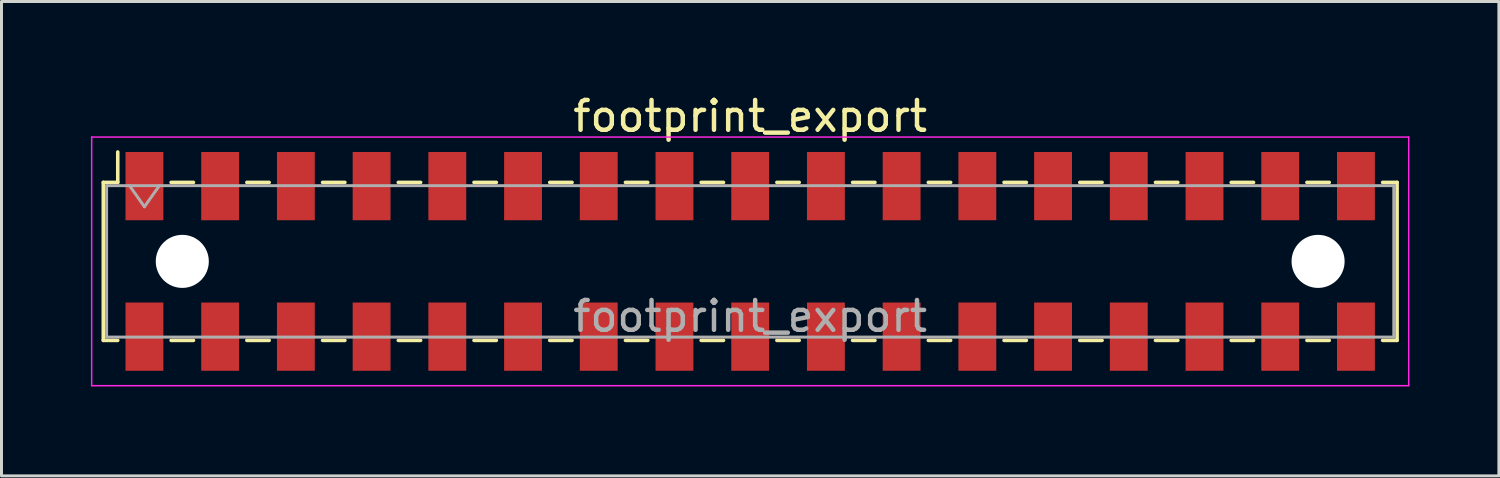
<source format=kicad_pcb>
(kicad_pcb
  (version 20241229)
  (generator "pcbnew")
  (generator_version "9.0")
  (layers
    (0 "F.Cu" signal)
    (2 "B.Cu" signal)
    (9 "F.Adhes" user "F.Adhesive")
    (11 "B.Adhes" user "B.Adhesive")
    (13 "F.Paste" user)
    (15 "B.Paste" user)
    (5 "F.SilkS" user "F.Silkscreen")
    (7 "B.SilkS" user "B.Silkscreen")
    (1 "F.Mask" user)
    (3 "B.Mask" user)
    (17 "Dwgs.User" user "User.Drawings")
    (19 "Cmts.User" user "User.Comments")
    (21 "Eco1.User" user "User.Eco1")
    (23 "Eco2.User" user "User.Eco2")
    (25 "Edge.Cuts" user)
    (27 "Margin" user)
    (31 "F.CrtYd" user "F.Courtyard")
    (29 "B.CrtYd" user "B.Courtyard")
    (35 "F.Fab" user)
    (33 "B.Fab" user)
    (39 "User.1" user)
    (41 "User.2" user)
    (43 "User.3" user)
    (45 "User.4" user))
  (footprint "footprint_export"
    (layer "F.Cu")
    (at 22.115 5.718)
    (property "Reference" "footprint_export" (at 0 -4.87 0) (layer "F.SilkS") (effects (font (size 1 1) (thickness 0.15))))
    (attr smd)
    (fp_line (start -21.7 -2.65) (end -21.7 2.65) (stroke (width 0.12) (type solid)) (layer "F.SilkS"))
    (fp_line (start -21.7 2.65) (end -21.215 2.65) (stroke (width 0.12) (type solid)) (layer "F.SilkS"))
    (fp_line (start -21.215 -3.67) (end -21.215 -2.65) (stroke (width 0.12) (type solid)) (layer "F.SilkS"))
    (fp_line (start -21.215 -2.65) (end -21.7 -2.65) (stroke (width 0.12) (type solid)) (layer "F.SilkS"))
    (fp_line (start -19.425 -2.65) (end -18.675 -2.65) (stroke (width 0.12) (type solid)) (layer "F.SilkS"))
    (fp_line (start -19.425 2.65) (end -18.675 2.65) (stroke (width 0.12) (type solid)) (layer "F.SilkS"))
    (fp_line (start -16.885 -2.65) (end -16.135 -2.65) (stroke (width 0.12) (type solid)) (layer "F.SilkS"))
    (fp_line (start -16.885 2.65) (end -16.135 2.65) (stroke (width 0.12) (type solid)) (layer "F.SilkS"))
    (fp_line (start -14.345 -2.65) (end -13.595 -2.65) (stroke (width 0.12) (type solid)) (layer "F.SilkS"))
    (fp_line (start -14.345 2.65) (end -13.595 2.65) (stroke (width 0.12) (type solid)) (layer "F.SilkS"))
    (fp_line (start -11.805 -2.65) (end -11.055 -2.65) (stroke (width 0.12) (type solid)) (layer "F.SilkS"))
    (fp_line (start -11.805 2.65) (end -11.055 2.65) (stroke (width 0.12) (type solid)) (layer "F.SilkS"))
    (fp_line (start -9.265 -2.65) (end -8.515 -2.65) (stroke (width 0.12) (type solid)) (layer "F.SilkS"))
    (fp_line (start -9.265 2.65) (end -8.515 2.65) (stroke (width 0.12) (type solid)) (layer "F.SilkS"))
    (fp_line (start -6.725 -2.65) (end -5.975 -2.65) (stroke (width 0.12) (type solid)) (layer "F.SilkS"))
    (fp_line (start -6.725 2.65) (end -5.975 2.65) (stroke (width 0.12) (type solid)) (layer "F.SilkS"))
    (fp_line (start -4.185 -2.65) (end -3.435 -2.65) (stroke (width 0.12) (type solid)) (layer "F.SilkS"))
    (fp_line (start -4.185 2.65) (end -3.435 2.65) (stroke (width 0.12) (type solid)) (layer "F.SilkS"))
    (fp_line (start -1.645 -2.65) (end -0.895 -2.65) (stroke (width 0.12) (type solid)) (layer "F.SilkS"))
    (fp_line (start -1.645 2.65) (end -0.895 2.65) (stroke (width 0.12) (type solid)) (layer "F.SilkS"))
    (fp_line (start 0.895 -2.65) (end 1.645 -2.65) (stroke (width 0.12) (type solid)) (layer "F.SilkS"))
    (fp_line (start 0.895 2.65) (end 1.645 2.65) (stroke (width 0.12) (type solid)) (layer "F.SilkS"))
    (fp_line (start 3.435 -2.65) (end 4.185 -2.65) (stroke (width 0.12) (type solid)) (layer "F.SilkS"))
    (fp_line (start 3.435 2.65) (end 4.185 2.65) (stroke (width 0.12) (type solid)) (layer "F.SilkS"))
    (fp_line (start 5.975 -2.65) (end 6.725 -2.65) (stroke (width 0.12) (type solid)) (layer "F.SilkS"))
    (fp_line (start 5.975 2.65) (end 6.725 2.65) (stroke (width 0.12) (type solid)) (layer "F.SilkS"))
    (fp_line (start 8.515 -2.65) (end 9.265 -2.65) (stroke (width 0.12) (type solid)) (layer "F.SilkS"))
    (fp_line (start 8.515 2.65) (end 9.265 2.65) (stroke (width 0.12) (type solid)) (layer "F.SilkS"))
    (fp_line (start 11.055 -2.65) (end 11.805 -2.65) (stroke (width 0.12) (type solid)) (layer "F.SilkS"))
    (fp_line (start 11.055 2.65) (end 11.805 2.65) (stroke (width 0.12) (type solid)) (layer "F.SilkS"))
    (fp_line (start 13.595 -2.65) (end 14.345 -2.65) (stroke (width 0.12) (type solid)) (layer "F.SilkS"))
    (fp_line (start 13.595 2.65) (end 14.345 2.65) (stroke (width 0.12) (type solid)) (layer "F.SilkS"))
    (fp_line (start 16.135 -2.65) (end 16.885 -2.65) (stroke (width 0.12) (type solid)) (layer "F.SilkS"))
    (fp_line (start 16.135 2.65) (end 16.885 2.65) (stroke (width 0.12) (type solid)) (layer "F.SilkS"))
    (fp_line (start 18.675 -2.65) (end 19.425 -2.65) (stroke (width 0.12) (type solid)) (layer "F.SilkS"))
    (fp_line (start 18.675 2.65) (end 19.425 2.65) (stroke (width 0.12) (type solid)) (layer "F.SilkS"))
    (fp_line (start 21.215 -2.65) (end 21.7 -2.65) (stroke (width 0.12) (type solid)) (layer "F.SilkS"))
    (fp_line (start 21.7 -2.65) (end 21.7 2.65) (stroke (width 0.12) (type solid)) (layer "F.SilkS"))
    (fp_line (start 21.7 2.65) (end 21.215 2.65) (stroke (width 0.12) (type solid)) (layer "F.SilkS"))
    (fp_line (start -22.09 -4.17) (end 22.09 -4.17) (stroke (width 0.05) (type solid)) (layer "F.CrtYd"))
    (fp_line (start -22.09 4.17) (end -22.09 -4.17) (stroke (width 0.05) (type solid)) (layer "F.CrtYd"))
    (fp_line (start 22.09 -4.17) (end 22.09 4.17) (stroke (width 0.05) (type solid)) (layer "F.CrtYd"))
    (fp_line (start 22.09 4.17) (end -22.09 4.17) (stroke (width 0.05) (type solid)) (layer "F.CrtYd"))
    (fp_line (start -21.59 -2.54) (end 21.59 -2.54) (stroke (width 0.1) (type solid)) (layer "F.Fab"))
    (fp_line (start -21.59 2.54) (end -21.59 -2.54) (stroke (width 0.1) (type solid)) (layer "F.Fab"))
    (fp_line (start -20.82 -2.54) (end -20.32 -1.833) (stroke (width 0.1) (type solid)) (layer "F.Fab"))
    (fp_line (start -20.32 -1.833) (end -19.82 -2.54) (stroke (width 0.1) (type solid)) (layer "F.Fab"))
    (fp_line (start 21.59 -2.54) (end 21.59 2.54) (stroke (width 0.1) (type solid)) (layer "F.Fab"))
    (fp_line (start 21.59 2.54) (end -21.59 2.54) (stroke (width 0.1) (type solid)) (layer "F.Fab"))
    (fp_text user "${REFERENCE}" (at 0 1.84 0) (layer "F.Fab") (effects (font (size 1 1) (thickness 0.15))))
    (pad "" np_thru_hole circle (at -19.05 0) (size 1.78 1.78) (drill 1.78) (layers "*.Cu" "*.Mask"))
    (pad "" np_thru_hole circle (at 19.05 0) (size 1.78 1.78) (drill 1.78) (layers "*.Cu" "*.Mask"))
    (pad "1" smd rect (at -20.32 -2.525) (size 1.27 2.29) (layers "F.Cu" "F.Mask" "F.Paste"))
    (pad "2" smd rect (at -20.32 2.525) (size 1.27 2.29) (layers "F.Cu" "F.Mask" "F.Paste"))
    (pad "3" smd rect (at -17.78 -2.525) (size 1.27 2.29) (layers "F.Cu" "F.Mask" "F.Paste"))
    (pad "4" smd rect (at -17.78 2.525) (size 1.27 2.29) (layers "F.Cu" "F.Mask" "F.Paste"))
    (pad "5" smd rect (at -15.24 -2.525) (size 1.27 2.29) (layers "F.Cu" "F.Mask" "F.Paste"))
    (pad "6" smd rect (at -15.24 2.525) (size 1.27 2.29) (layers "F.Cu" "F.Mask" "F.Paste"))
    (pad "7" smd rect (at -12.7 -2.525) (size 1.27 2.29) (layers "F.Cu" "F.Mask" "F.Paste"))
    (pad "8" smd rect (at -12.7 2.525) (size 1.27 2.29) (layers "F.Cu" "F.Mask" "F.Paste"))
    (pad "9" smd rect (at -10.16 -2.525) (size 1.27 2.29) (layers "F.Cu" "F.Mask" "F.Paste"))
    (pad "10" smd rect (at -10.16 2.525) (size 1.27 2.29) (layers "F.Cu" "F.Mask" "F.Paste"))
    (pad "11" smd rect (at -7.62 -2.525) (size 1.27 2.29) (layers "F.Cu" "F.Mask" "F.Paste"))
    (pad "12" smd rect (at -7.62 2.525) (size 1.27 2.29) (layers "F.Cu" "F.Mask" "F.Paste"))
    (pad "13" smd rect (at -5.08 -2.525) (size 1.27 2.29) (layers "F.Cu" "F.Mask" "F.Paste"))
    (pad "14" smd rect (at -5.08 2.525) (size 1.27 2.29) (layers "F.Cu" "F.Mask" "F.Paste"))
    (pad "15" smd rect (at -2.54 -2.525) (size 1.27 2.29) (layers "F.Cu" "F.Mask" "F.Paste"))
    (pad "16" smd rect (at -2.54 2.525) (size 1.27 2.29) (layers "F.Cu" "F.Mask" "F.Paste"))
    (pad "17" smd rect (at 0 -2.525) (size 1.27 2.29) (layers "F.Cu" "F.Mask" "F.Paste"))
    (pad "18" smd rect (at 0 2.525) (size 1.27 2.29) (layers "F.Cu" "F.Mask" "F.Paste"))
    (pad "19" smd rect (at 2.54 -2.525) (size 1.27 2.29) (layers "F.Cu" "F.Mask" "F.Paste"))
    (pad "20" smd rect (at 2.54 2.525) (size 1.27 2.29) (layers "F.Cu" "F.Mask" "F.Paste"))
    (pad "21" smd rect (at 5.08 -2.525) (size 1.27 2.29) (layers "F.Cu" "F.Mask" "F.Paste"))
    (pad "22" smd rect (at 5.08 2.525) (size 1.27 2.29) (layers "F.Cu" "F.Mask" "F.Paste"))
    (pad "23" smd rect (at 7.62 -2.525) (size 1.27 2.29) (layers "F.Cu" "F.Mask" "F.Paste"))
    (pad "24" smd rect (at 7.62 2.525) (size 1.27 2.29) (layers "F.Cu" "F.Mask" "F.Paste"))
    (pad "25" smd rect (at 10.16 -2.525) (size 1.27 2.29) (layers "F.Cu" "F.Mask" "F.Paste"))
    (pad "26" smd rect (at 10.16 2.525) (size 1.27 2.29) (layers "F.Cu" "F.Mask" "F.Paste"))
    (pad "27" smd rect (at 12.7 -2.525) (size 1.27 2.29) (layers "F.Cu" "F.Mask" "F.Paste"))
    (pad "28" smd rect (at 12.7 2.525) (size 1.27 2.29) (layers "F.Cu" "F.Mask" "F.Paste"))
    (pad "29" smd rect (at 15.24 -2.525) (size 1.27 2.29) (layers "F.Cu" "F.Mask" "F.Paste"))
    (pad "30" smd rect (at 15.24 2.525) (size 1.27 2.29) (layers "F.Cu" "F.Mask" "F.Paste"))
    (pad "31" smd rect (at 17.78 -2.525) (size 1.27 2.29) (layers "F.Cu" "F.Mask" "F.Paste"))
    (pad "32" smd rect (at 17.78 2.525) (size 1.27 2.29) (layers "F.Cu" "F.Mask" "F.Paste"))
    (pad "33" smd rect (at 20.32 -2.525) (size 1.27 2.29) (layers "F.Cu" "F.Mask" "F.Paste"))
    (pad "34" smd rect (at 20.32 2.525) (size 1.27 2.29) (layers "F.Cu" "F.Mask" "F.Paste")))
  (gr_rect
    (start -3 -3)
    (end 47.23 12.913)
    (stroke (width 0.1) (type default))
    (fill no)
    (layer "Edge.Cuts")))
</source>
